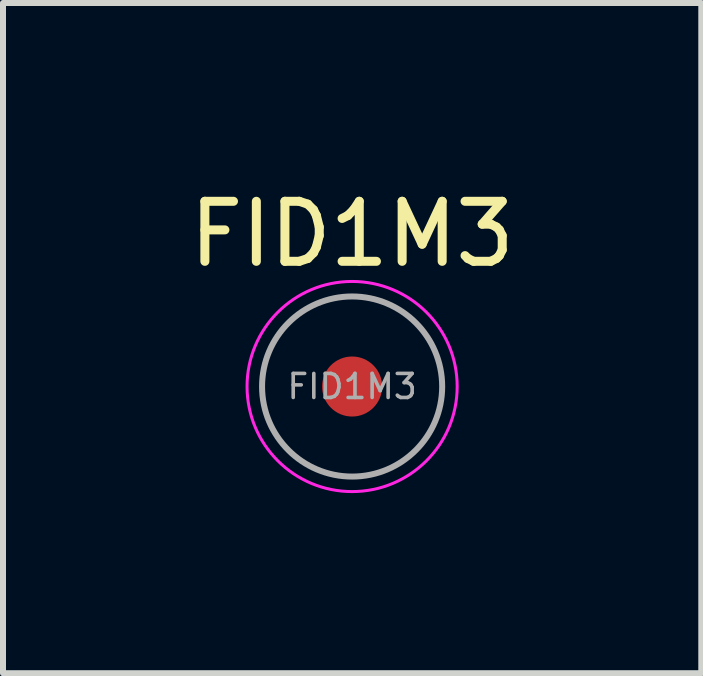
<source format=kicad_pcb>
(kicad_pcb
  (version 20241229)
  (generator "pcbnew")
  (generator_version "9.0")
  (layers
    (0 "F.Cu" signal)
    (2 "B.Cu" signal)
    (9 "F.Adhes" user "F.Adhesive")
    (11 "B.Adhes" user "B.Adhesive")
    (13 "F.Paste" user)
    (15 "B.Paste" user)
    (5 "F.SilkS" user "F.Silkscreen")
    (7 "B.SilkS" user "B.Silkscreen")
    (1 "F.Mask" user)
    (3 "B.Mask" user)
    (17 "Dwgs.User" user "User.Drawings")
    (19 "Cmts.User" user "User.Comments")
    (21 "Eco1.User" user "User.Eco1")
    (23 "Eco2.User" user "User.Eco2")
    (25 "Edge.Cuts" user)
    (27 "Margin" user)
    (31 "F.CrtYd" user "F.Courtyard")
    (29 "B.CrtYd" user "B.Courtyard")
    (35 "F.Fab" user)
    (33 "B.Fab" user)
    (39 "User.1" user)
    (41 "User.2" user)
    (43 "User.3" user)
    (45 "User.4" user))
  (footprint "FID1M3"
    (layer "F.Cu")
    (at 2.815 3.388)
    (property "Reference" "FID1M3" (at 0 -2.54 0) (layer "F.SilkS") (effects (font (size 1 1) (thickness 0.15))))
    (attr smd)
    (fp_circle (center 0 0) (end 1.75 0) (stroke (width 0.05) (type solid)) (fill no) (layer "F.CrtYd"))
    (fp_circle (center 0 0) (end 1.5 0) (stroke (width 0.1) (type solid)) (fill no) (layer "F.Fab"))
    (fp_text user "${REFERENCE}" (at 0 0 0) (layer "F.Fab") (effects (font (size 0.4 0.4) (thickness 0.06))))
    (pad "" smd circle (at 0 0) (size 1 1) (layers "F.Cu" "F.Mask")))
  (gr_rect
    (start -3 -3)
    (end 8.631 8.163)
    (stroke (width 0.1) (type default))
    (fill no)
    (layer "Edge.Cuts")))
</source>
